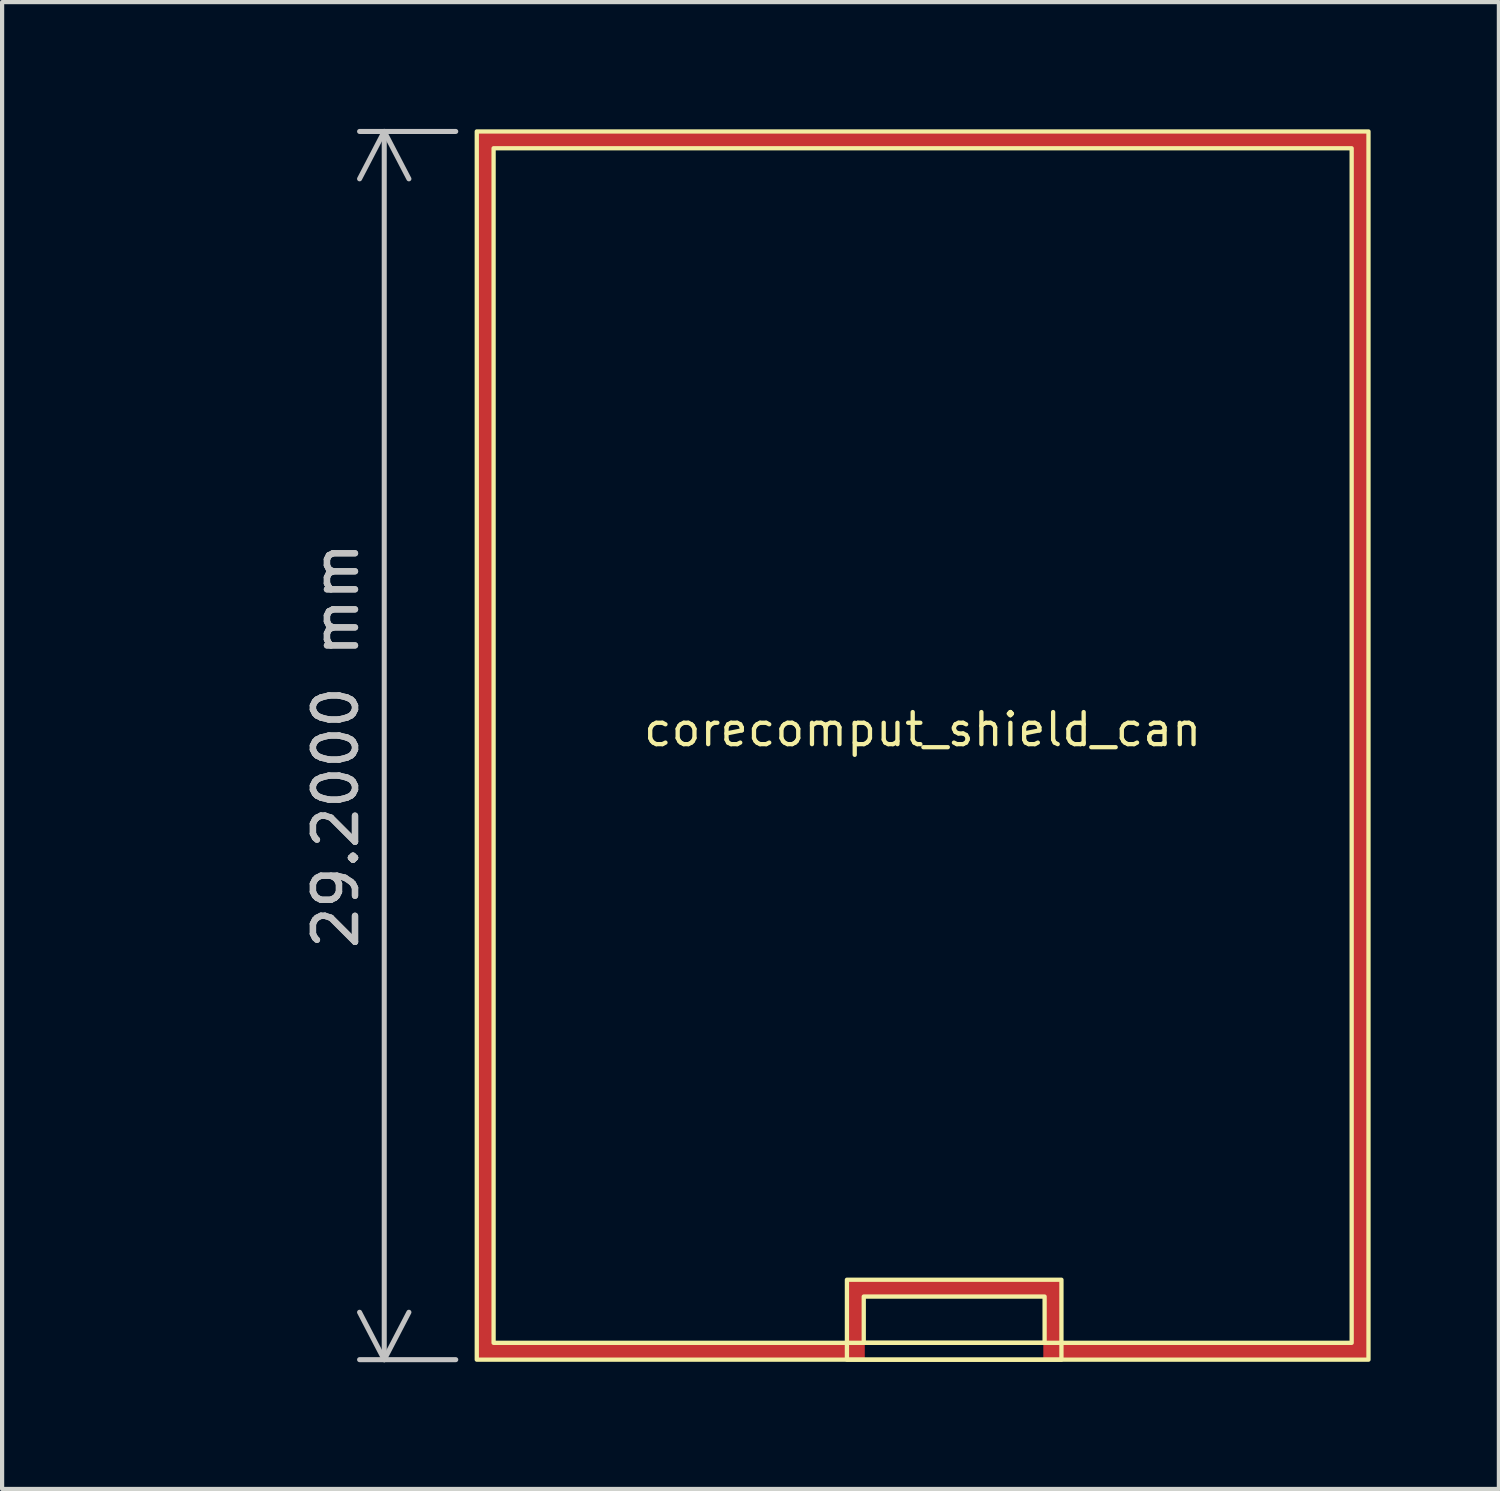
<source format=kicad_pcb>
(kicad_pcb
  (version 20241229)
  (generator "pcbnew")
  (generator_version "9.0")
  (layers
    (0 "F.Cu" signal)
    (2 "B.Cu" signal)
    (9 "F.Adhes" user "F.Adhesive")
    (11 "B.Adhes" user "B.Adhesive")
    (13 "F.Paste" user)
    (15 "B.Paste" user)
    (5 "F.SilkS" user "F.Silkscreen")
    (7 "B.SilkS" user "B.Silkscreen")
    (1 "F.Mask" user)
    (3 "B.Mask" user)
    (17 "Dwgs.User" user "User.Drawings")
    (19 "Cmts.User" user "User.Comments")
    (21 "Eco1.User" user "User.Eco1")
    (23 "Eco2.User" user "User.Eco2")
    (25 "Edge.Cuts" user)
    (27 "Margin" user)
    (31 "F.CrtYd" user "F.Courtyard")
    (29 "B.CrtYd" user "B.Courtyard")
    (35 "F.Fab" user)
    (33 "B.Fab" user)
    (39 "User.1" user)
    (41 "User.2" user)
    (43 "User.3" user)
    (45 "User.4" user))
  (footprint "corecomput_shield_can"
    (layer "F.Cu")
    (at 18.885 14.675)
    (property "Reference" "corecomput_shield_can" (at 0 -0.381 0) (unlocked yes) (layer "F.SilkS") (effects (font (size 0.762 0.762) (thickness 0.102))))
    (attr smd allow_missing_courtyard)
    (fp_rect (start -10.6 -14.6) (end -10.2 14.6) (stroke (width 0.05) (type solid)) (fill yes) (layer "F.Cu"))
    (fp_rect (start -10.25 14.2) (end -1.4 14.6) (stroke (width 0.05) (type solid)) (fill yes) (layer "F.Cu"))
    (fp_rect (start -10.2 -14.6) (end 10.2 -14.2) (stroke (width 0.05) (type solid)) (fill yes) (layer "F.Cu"))
    (fp_rect (start -1.8 12.7) (end -1.4 14.2) (stroke (width 0.05) (type solid)) (fill yes) (layer "F.Cu"))
    (fp_rect (start -1.4 12.7) (end 3.3 13.1) (stroke (width 0.05) (type solid)) (fill yes) (layer "F.Cu"))
    (fp_rect (start 2.9 13.1) (end 3.3 14.6) (stroke (width 0.05) (type solid)) (fill yes) (layer "F.Cu"))
    (fp_rect (start 2.9 14.2) (end 10.6 14.6) (stroke (width 0.05) (type solid)) (fill yes) (layer "F.Cu"))
    (fp_rect (start 10.2 -14.6) (end 10.6 14.2) (stroke (width 0.05) (type solid)) (fill yes) (layer "F.Cu"))
    (fp_poly (pts (xy 10.643 -14.618) (xy 10.65 -14.6) (xy 10.65 14.2) (xy 10.65 14.6) (xy 10.643 14.618) (xy 10.625 14.625) (xy 2.9 14.618) (xy 2.9 13.125) (xy -1.35 13.125) (xy -1.35 14.6) (xy -10.175 14.625) (xy -10.225 14.625) (xy -10.575 14.625) (xy -10.593 14.618) (xy -10.6 14.6) (xy -10.6 -14.175) (xy -10.15 -14.175) (xy -10.15 14.175) (xy -1.8 14.175) (xy -1.8 12.675) (xy 3.3 12.675) (xy 3.3 14.175) (xy 10.2 14.175) (xy 10.2 -14.175) (xy -10.15 -14.175) (xy -10.6 -14.175) (xy -10.6 -14.6) (xy -10.593 -14.618) (xy -10.575 -14.625) (xy -10.175 -14.625) (xy 10.225 -14.625) (xy 10.625 -14.625)) (stroke (width 0.1) (type solid)) (fill yes) (layer "F.Mask"))
    (fp_rect (start -10.6 -14.6) (end 10.6 14.6) (stroke (width 0.102) (type default)) (fill no) (layer "F.SilkS"))
    (fp_rect (start -10.2 -14.2) (end 10.2 14.2) (stroke (width 0.102) (type default)) (fill no) (layer "F.SilkS"))
    (fp_rect (start -1.8 12.7) (end 3.3 14.6) (stroke (width 0.102) (type default)) (fill no) (layer "F.SilkS"))
    (fp_rect (start -1.4 13.1) (end 2.9 14.2) (stroke (width 0.102) (type default)) (fill no) (layer "F.SilkS"))
    (dimension (type aligned) (layer "Dwgs.User") (pts (xy 8.285 29.275) (xy 8.285 0.075)) (height -2.2) (format (prefix "") (suffix "") (units 3) (units_format 1) (precision 4)) (style (thickness 0.12) (arrow_length 1.27) (text_position_mode 0) (arrow_direction outward) (extension_height 0.586) (extension_offset 0.5) (keep_text_aligned yes)) (gr_text "29.2000 mm" (at 4.935 14.675 90) (layer "Dwgs.User") (effects (font (size 1 1) (thickness 0.15)))))
    (pad "1" smd custom (at -10.4 -5.5) (size 0.4 1) (property pad_prop_heatsink) (layers "F.Cu" "F.Mask" "F.Paste") (options (anchor rect)) (primitives)))
  (gr_rect
    (start -3 -3)
    (end 32.585 32.35)
    (stroke (width 0.1) (type default))
    (fill no)
    (layer "Edge.Cuts")))
</source>
